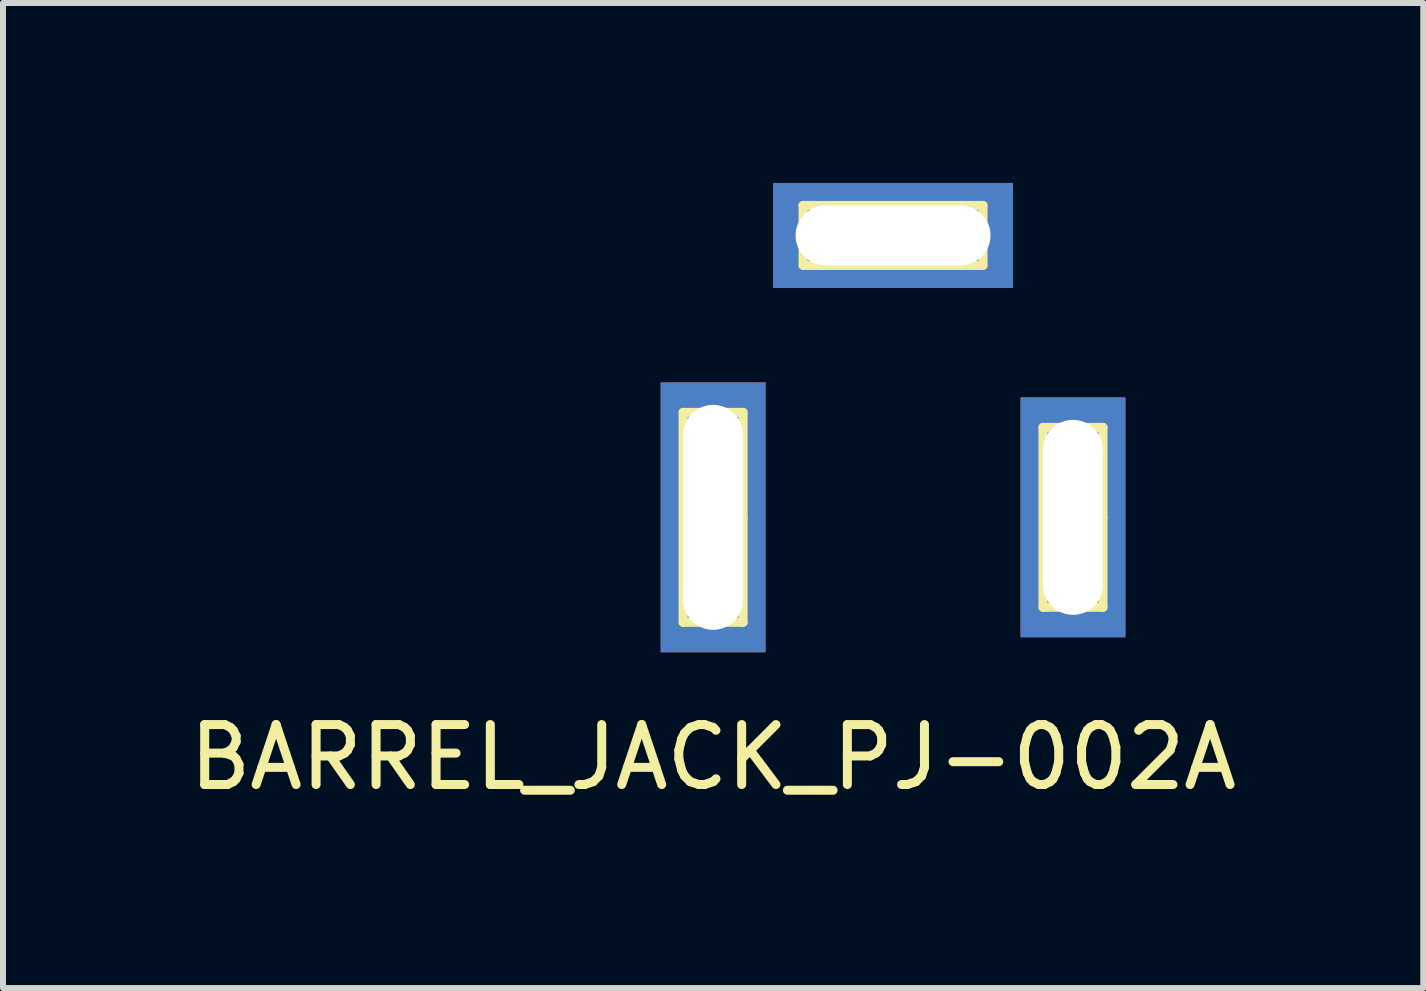
<source format=kicad_pcb>
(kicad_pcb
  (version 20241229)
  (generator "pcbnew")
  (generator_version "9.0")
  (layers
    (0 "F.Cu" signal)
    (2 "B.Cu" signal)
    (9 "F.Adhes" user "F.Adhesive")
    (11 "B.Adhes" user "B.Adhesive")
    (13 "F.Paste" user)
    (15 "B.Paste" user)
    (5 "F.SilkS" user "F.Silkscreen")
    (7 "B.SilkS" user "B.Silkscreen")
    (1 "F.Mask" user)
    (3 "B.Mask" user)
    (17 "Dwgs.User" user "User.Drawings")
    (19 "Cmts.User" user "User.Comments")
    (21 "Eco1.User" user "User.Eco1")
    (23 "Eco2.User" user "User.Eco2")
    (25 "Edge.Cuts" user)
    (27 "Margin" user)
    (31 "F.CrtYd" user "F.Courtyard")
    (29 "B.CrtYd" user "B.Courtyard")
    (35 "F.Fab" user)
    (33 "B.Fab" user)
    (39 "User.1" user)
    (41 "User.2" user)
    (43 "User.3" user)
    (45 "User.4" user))
  (footprint "BARREL_JACK_PJ-002A"
    (layer "F.Cu")
    (at 8.839 5.575)
    (property "Reference" "BARREL_JACK_PJ-002A" (at 0 4 0) (layer "F.SilkS") (effects (font (size 1 1) (thickness 0.15))))
    (attr through_hole)
    (fp_line (start -0.5 -1.75) (end 0.5 -1.75) (stroke (width 0.15) (type solid)) (layer "F.SilkS"))
    (fp_line (start -0.5 1.75) (end -0.5 -1.75) (stroke (width 0.15) (type solid)) (layer "F.SilkS"))
    (fp_line (start 0.5 -1.75) (end 0.5 0) (stroke (width 0.15) (type solid)) (layer "F.SilkS"))
    (fp_line (start 0.5 0) (end 0.5 1.75) (stroke (width 0.15) (type solid)) (layer "F.SilkS"))
    (fp_line (start 0.5 1.75) (end -0.5 1.75) (stroke (width 0.15) (type solid)) (layer "F.SilkS"))
    (fp_line (start 1.5 -5.2) (end 4.5 -5.2) (stroke (width 0.15) (type solid)) (layer "F.SilkS"))
    (fp_line (start 1.5 -4.2) (end 1.5 -5.2) (stroke (width 0.15) (type solid)) (layer "F.SilkS"))
    (fp_line (start 4.5 -5.2) (end 4.5 -4.2) (stroke (width 0.15) (type solid)) (layer "F.SilkS"))
    (fp_line (start 4.5 -4.2) (end 1.5 -4.2) (stroke (width 0.15) (type solid)) (layer "F.SilkS"))
    (fp_line (start 5.5 -1.5) (end 5.5 1.5) (stroke (width 0.15) (type solid)) (layer "F.SilkS"))
    (fp_line (start 5.5 1.5) (end 6.5 1.5) (stroke (width 0.15) (type solid)) (layer "F.SilkS"))
    (fp_line (start 6.5 -1.5) (end 5.5 -1.5) (stroke (width 0.15) (type solid)) (layer "F.SilkS"))
    (fp_line (start 6.5 0) (end 6.5 -1.5) (stroke (width 0.15) (type solid)) (layer "F.SilkS"))
    (fp_line (start 6.5 1.5) (end 6.5 0) (stroke (width 0.15) (type solid)) (layer "F.SilkS"))
    (pad "1" thru_hole rect (at 0 0) (size 1.75 4.5) (drill oval 1 3.75) (layers "*.Cu" "*.Mask"))
    (pad "2" thru_hole rect (at 6 0) (size 1.75 4) (drill oval 1 3.25) (layers "*.Cu" "*.Mask"))
    (pad "3" thru_hole rect (at 3 -4.7) (size 4 1.75) (drill oval 3.25 1) (layers "*.Cu" "*.Mask")))
  (gr_rect
    (start -3 -3)
    (end 20.679 13.423)
    (stroke (width 0.1) (type default))
    (fill no)
    (layer "Edge.Cuts")))
</source>
